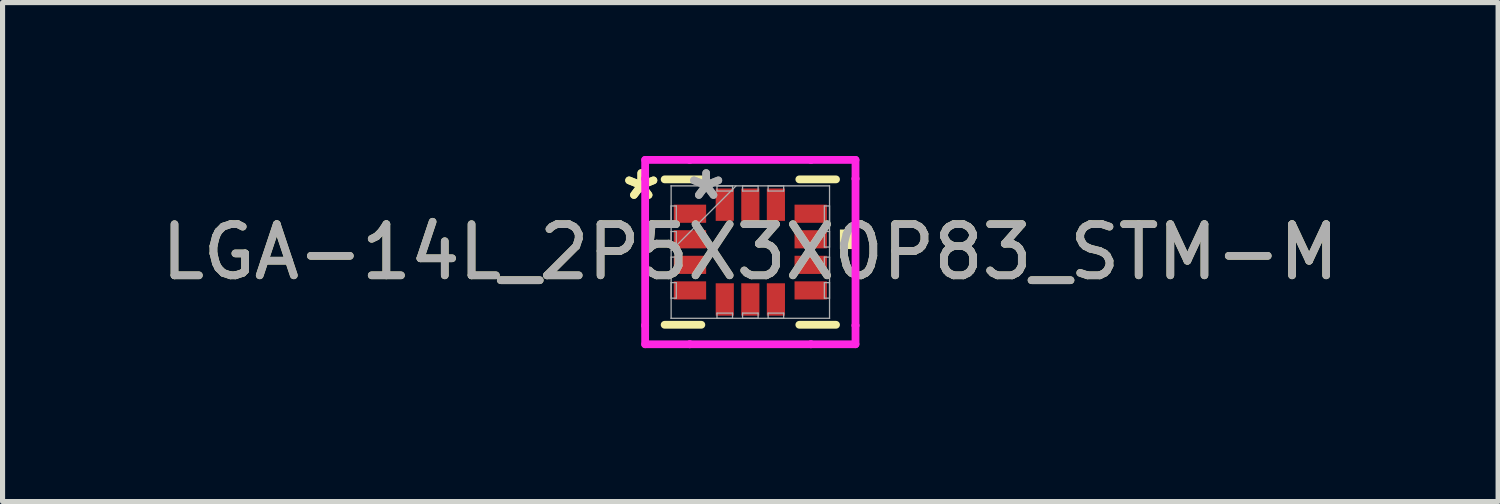
<source format=kicad_pcb>
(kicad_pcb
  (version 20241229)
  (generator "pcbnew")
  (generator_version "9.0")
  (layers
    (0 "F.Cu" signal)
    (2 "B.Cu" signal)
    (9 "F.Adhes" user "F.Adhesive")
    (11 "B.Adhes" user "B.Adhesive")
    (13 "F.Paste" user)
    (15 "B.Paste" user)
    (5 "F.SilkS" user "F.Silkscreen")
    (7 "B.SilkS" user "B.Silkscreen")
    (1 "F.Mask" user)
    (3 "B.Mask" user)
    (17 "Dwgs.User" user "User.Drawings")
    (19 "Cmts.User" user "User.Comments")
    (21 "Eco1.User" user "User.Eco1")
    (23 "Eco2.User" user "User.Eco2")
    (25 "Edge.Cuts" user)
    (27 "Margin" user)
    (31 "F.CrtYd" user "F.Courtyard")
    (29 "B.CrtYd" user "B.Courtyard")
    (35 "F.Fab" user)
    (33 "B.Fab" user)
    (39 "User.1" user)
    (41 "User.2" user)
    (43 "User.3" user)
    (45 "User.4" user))
  (footprint "LGA-14L_2P5X3X0P83_STM-M"
    (layer "F.Cu")
    (at 11.625 1.88)
    (property "Reference" "LGA-14L_2P5X3X0P83_STM-M" (at 0 0 0) (unlocked yes) (layer "F.SilkS") (effects (font (size 1 1) (thickness 0.15))))
    (attr smd)
    (fp_line (start -1.676 1.422) (end -0.958 1.422) (stroke (width 0.152) (type solid)) (layer "F.SilkS"))
    (fp_line (start -0.958 -1.422) (end -1.676 -1.422) (stroke (width 0.152) (type solid)) (layer "F.SilkS"))
    (fp_line (start 0.958 1.422) (end 1.676 1.422) (stroke (width 0.152) (type solid)) (layer "F.SilkS"))
    (fp_line (start 1.676 -1.422) (end 0.958 -1.422) (stroke (width 0.152) (type solid)) (layer "F.SilkS"))
    (fp_poly (pts (xy 2.006 -0.441) (xy 2.006 -0.059) (xy 1.752 -0.059) (xy 1.752 -0.441)) (stroke (width 0) (type solid)) (fill yes) (layer "F.SilkS"))
    (fp_line (start -2.057 -1.803) (end -1.185 -1.803) (stroke (width 0.152) (type solid)) (layer "F.CrtYd"))
    (fp_line (start -2.057 -1.435) (end -2.057 -1.803) (stroke (width 0.152) (type solid)) (layer "F.CrtYd"))
    (fp_line (start -2.057 -1.435) (end -2.057 -1.435) (stroke (width 0.152) (type solid)) (layer "F.CrtYd"))
    (fp_line (start -2.057 1.435) (end -2.057 -1.435) (stroke (width 0.152) (type solid)) (layer "F.CrtYd"))
    (fp_line (start -2.057 1.435) (end -2.057 1.435) (stroke (width 0.152) (type solid)) (layer "F.CrtYd"))
    (fp_line (start -2.057 1.803) (end -2.057 1.435) (stroke (width 0.152) (type solid)) (layer "F.CrtYd"))
    (fp_line (start -1.185 -1.803) (end -1.185 -1.803) (stroke (width 0.152) (type solid)) (layer "F.CrtYd"))
    (fp_line (start -1.185 -1.803) (end 1.185 -1.803) (stroke (width 0.152) (type solid)) (layer "F.CrtYd"))
    (fp_line (start -1.185 1.803) (end -2.057 1.803) (stroke (width 0.152) (type solid)) (layer "F.CrtYd"))
    (fp_line (start -1.185 1.803) (end -1.185 1.803) (stroke (width 0.152) (type solid)) (layer "F.CrtYd"))
    (fp_line (start 1.185 -1.803) (end 1.185 -1.803) (stroke (width 0.152) (type solid)) (layer "F.CrtYd"))
    (fp_line (start 1.185 -1.803) (end 2.057 -1.803) (stroke (width 0.152) (type solid)) (layer "F.CrtYd"))
    (fp_line (start 1.185 1.803) (end -1.185 1.803) (stroke (width 0.152) (type solid)) (layer "F.CrtYd"))
    (fp_line (start 1.185 1.803) (end 1.185 1.803) (stroke (width 0.152) (type solid)) (layer "F.CrtYd"))
    (fp_line (start 2.057 -1.803) (end 2.057 -1.435) (stroke (width 0.152) (type solid)) (layer "F.CrtYd"))
    (fp_line (start 2.057 -1.435) (end 2.057 -1.435) (stroke (width 0.152) (type solid)) (layer "F.CrtYd"))
    (fp_line (start 2.057 -1.435) (end 2.057 1.435) (stroke (width 0.152) (type solid)) (layer "F.CrtYd"))
    (fp_line (start 2.057 1.435) (end 2.057 1.435) (stroke (width 0.152) (type solid)) (layer "F.CrtYd"))
    (fp_line (start 2.057 1.435) (end 2.057 1.803) (stroke (width 0.152) (type solid)) (layer "F.CrtYd"))
    (fp_line (start 2.057 1.803) (end 1.185 1.803) (stroke (width 0.152) (type solid)) (layer "F.CrtYd"))
    (fp_line (start -1.549 -1.295) (end -1.549 -1.295) (stroke (width 0.025) (type solid)) (layer "F.Fab"))
    (fp_line (start -1.549 -1.295) (end -1.549 1.295) (stroke (width 0.025) (type solid)) (layer "F.Fab"))
    (fp_line (start -1.549 -0.902) (end -1.448 -0.902) (stroke (width 0.025) (type solid)) (layer "F.Fab"))
    (fp_line (start -1.549 -0.598) (end -1.549 -0.902) (stroke (width 0.025) (type solid)) (layer "F.Fab"))
    (fp_line (start -1.549 -0.402) (end -1.448 -0.402) (stroke (width 0.025) (type solid)) (layer "F.Fab"))
    (fp_line (start -1.549 -0.098) (end -1.549 -0.402) (stroke (width 0.025) (type solid)) (layer "F.Fab"))
    (fp_line (start -1.549 -0.025) (end -0.279 -1.295) (stroke (width 0.025) (type solid)) (layer "F.Fab"))
    (fp_line (start -1.549 0.098) (end -1.448 0.098) (stroke (width 0.025) (type solid)) (layer "F.Fab"))
    (fp_line (start -1.549 0.402) (end -1.549 0.098) (stroke (width 0.025) (type solid)) (layer "F.Fab"))
    (fp_line (start -1.549 0.598) (end -1.448 0.598) (stroke (width 0.025) (type solid)) (layer "F.Fab"))
    (fp_line (start -1.549 0.902) (end -1.549 0.598) (stroke (width 0.025) (type solid)) (layer "F.Fab"))
    (fp_line (start -1.549 1.295) (end -1.549 1.295) (stroke (width 0.025) (type solid)) (layer "F.Fab"))
    (fp_line (start -1.549 1.295) (end 1.549 1.295) (stroke (width 0.025) (type solid)) (layer "F.Fab"))
    (fp_line (start -1.448 -0.902) (end -1.448 -0.598) (stroke (width 0.025) (type solid)) (layer "F.Fab"))
    (fp_line (start -1.448 -0.598) (end -1.549 -0.598) (stroke (width 0.025) (type solid)) (layer "F.Fab"))
    (fp_line (start -1.448 -0.402) (end -1.448 -0.098) (stroke (width 0.025) (type solid)) (layer "F.Fab"))
    (fp_line (start -1.448 -0.098) (end -1.549 -0.098) (stroke (width 0.025) (type solid)) (layer "F.Fab"))
    (fp_line (start -1.448 0.098) (end -1.448 0.402) (stroke (width 0.025) (type solid)) (layer "F.Fab"))
    (fp_line (start -1.448 0.402) (end -1.549 0.402) (stroke (width 0.025) (type solid)) (layer "F.Fab"))
    (fp_line (start -1.448 0.598) (end -1.448 0.902) (stroke (width 0.025) (type solid)) (layer "F.Fab"))
    (fp_line (start -1.448 0.902) (end -1.549 0.902) (stroke (width 0.025) (type solid)) (layer "F.Fab"))
    (fp_line (start -0.652 -1.295) (end -0.348 -1.295) (stroke (width 0.025) (type solid)) (layer "F.Fab"))
    (fp_line (start -0.652 -1.194) (end -0.652 -1.295) (stroke (width 0.025) (type solid)) (layer "F.Fab"))
    (fp_line (start -0.652 1.194) (end -0.348 1.194) (stroke (width 0.025) (type solid)) (layer "F.Fab"))
    (fp_line (start -0.652 1.295) (end -0.652 1.194) (stroke (width 0.025) (type solid)) (layer "F.Fab"))
    (fp_line (start -0.348 -1.295) (end -0.348 -1.194) (stroke (width 0.025) (type solid)) (layer "F.Fab"))
    (fp_line (start -0.348 -1.194) (end -0.652 -1.194) (stroke (width 0.025) (type solid)) (layer "F.Fab"))
    (fp_line (start -0.348 1.194) (end -0.348 1.295) (stroke (width 0.025) (type solid)) (layer "F.Fab"))
    (fp_line (start -0.348 1.295) (end -0.652 1.295) (stroke (width 0.025) (type solid)) (layer "F.Fab"))
    (fp_line (start -0.152 -1.295) (end 0.152 -1.295) (stroke (width 0.025) (type solid)) (layer "F.Fab"))
    (fp_line (start -0.152 -1.194) (end -0.152 -1.295) (stroke (width 0.025) (type solid)) (layer "F.Fab"))
    (fp_line (start -0.152 1.194) (end 0.152 1.194) (stroke (width 0.025) (type solid)) (layer "F.Fab"))
    (fp_line (start -0.152 1.295) (end -0.152 1.194) (stroke (width 0.025) (type solid)) (layer "F.Fab"))
    (fp_line (start 0.152 -1.295) (end 0.152 -1.194) (stroke (width 0.025) (type solid)) (layer "F.Fab"))
    (fp_line (start 0.152 -1.194) (end -0.152 -1.194) (stroke (width 0.025) (type solid)) (layer "F.Fab"))
    (fp_line (start 0.152 1.194) (end 0.152 1.295) (stroke (width 0.025) (type solid)) (layer "F.Fab"))
    (fp_line (start 0.152 1.295) (end -0.152 1.295) (stroke (width 0.025) (type solid)) (layer "F.Fab"))
    (fp_line (start 0.348 -1.295) (end 0.652 -1.295) (stroke (width 0.025) (type solid)) (layer "F.Fab"))
    (fp_line (start 0.348 -1.194) (end 0.348 -1.295) (stroke (width 0.025) (type solid)) (layer "F.Fab"))
    (fp_line (start 0.348 1.194) (end 0.652 1.194) (stroke (width 0.025) (type solid)) (layer "F.Fab"))
    (fp_line (start 0.348 1.295) (end 0.348 1.194) (stroke (width 0.025) (type solid)) (layer "F.Fab"))
    (fp_line (start 0.652 -1.295) (end 0.652 -1.194) (stroke (width 0.025) (type solid)) (layer "F.Fab"))
    (fp_line (start 0.652 -1.194) (end 0.348 -1.194) (stroke (width 0.025) (type solid)) (layer "F.Fab"))
    (fp_line (start 0.652 1.194) (end 0.652 1.295) (stroke (width 0.025) (type solid)) (layer "F.Fab"))
    (fp_line (start 0.652 1.295) (end 0.348 1.295) (stroke (width 0.025) (type solid)) (layer "F.Fab"))
    (fp_line (start 1.448 -0.902) (end 1.549 -0.902) (stroke (width 0.025) (type solid)) (layer "F.Fab"))
    (fp_line (start 1.448 -0.598) (end 1.448 -0.902) (stroke (width 0.025) (type solid)) (layer "F.Fab"))
    (fp_line (start 1.448 -0.402) (end 1.549 -0.402) (stroke (width 0.025) (type solid)) (layer "F.Fab"))
    (fp_line (start 1.448 -0.098) (end 1.448 -0.402) (stroke (width 0.025) (type solid)) (layer "F.Fab"))
    (fp_line (start 1.448 0.098) (end 1.549 0.098) (stroke (width 0.025) (type solid)) (layer "F.Fab"))
    (fp_line (start 1.448 0.402) (end 1.448 0.098) (stroke (width 0.025) (type solid)) (layer "F.Fab"))
    (fp_line (start 1.448 0.598) (end 1.549 0.598) (stroke (width 0.025) (type solid)) (layer "F.Fab"))
    (fp_line (start 1.448 0.902) (end 1.448 0.598) (stroke (width 0.025) (type solid)) (layer "F.Fab"))
    (fp_line (start 1.549 -1.295) (end -1.549 -1.295) (stroke (width 0.025) (type solid)) (layer "F.Fab"))
    (fp_line (start 1.549 -1.295) (end 1.549 -1.295) (stroke (width 0.025) (type solid)) (layer "F.Fab"))
    (fp_line (start 1.549 -0.902) (end 1.549 -0.598) (stroke (width 0.025) (type solid)) (layer "F.Fab"))
    (fp_line (start 1.549 -0.598) (end 1.448 -0.598) (stroke (width 0.025) (type solid)) (layer "F.Fab"))
    (fp_line (start 1.549 -0.402) (end 1.549 -0.098) (stroke (width 0.025) (type solid)) (layer "F.Fab"))
    (fp_line (start 1.549 -0.098) (end 1.448 -0.098) (stroke (width 0.025) (type solid)) (layer "F.Fab"))
    (fp_line (start 1.549 0.098) (end 1.549 0.402) (stroke (width 0.025) (type solid)) (layer "F.Fab"))
    (fp_line (start 1.549 0.402) (end 1.448 0.402) (stroke (width 0.025) (type solid)) (layer "F.Fab"))
    (fp_line (start 1.549 0.598) (end 1.549 0.902) (stroke (width 0.025) (type solid)) (layer "F.Fab"))
    (fp_line (start 1.549 0.902) (end 1.448 0.902) (stroke (width 0.025) (type solid)) (layer "F.Fab"))
    (fp_line (start 1.549 1.295) (end 1.549 -1.295) (stroke (width 0.025) (type solid)) (layer "F.Fab"))
    (fp_line (start 1.549 1.295) (end 1.549 1.295) (stroke (width 0.025) (type solid)) (layer "F.Fab"))
    (fp_text user "*" (at -2.133 -1 0) (layer "F.SilkS") (effects (font (size 1 1) (thickness 0.15))))
    (fp_text user "*" (at -2.133 -1 0) (unlocked yes) (layer "F.SilkS") (effects (font (size 1 1) (thickness 0.15))))
    (fp_text user "*" (at -0.864 -1 0) (unlocked yes) (layer "F.Fab") (effects (font (size 1 1) (thickness 0.15))))
    (fp_text user "*" (at -0.864 -1 0) (layer "F.Fab") (effects (font (size 1 1) (thickness 0.15))))
    (fp_text user "${REFERENCE}" (at 0 0 0) (unlocked yes) (layer "F.Fab") (effects (font (size 1 1) (thickness 0.15))))
    (pad "1" smd rect (at -1.181 -0.75 90) (size 0.355 0.633) (layers "F.Cu" "F.Mask" "F.Paste"))
    (pad "2" smd rect (at -1.181 -0.25 90) (size 0.355 0.633) (layers "F.Cu" "F.Mask" "F.Paste"))
    (pad "3" smd rect (at -1.181 0.25 90) (size 0.355 0.633) (layers "F.Cu" "F.Mask" "F.Paste"))
    (pad "4" smd rect (at -1.181 0.75 90) (size 0.355 0.633) (layers "F.Cu" "F.Mask" "F.Paste"))
    (pad "5" smd rect (at -0.5 0.927) (size 0.355 0.633) (layers "F.Cu" "F.Mask" "F.Paste"))
    (pad "6" smd rect (at 0 0.927) (size 0.355 0.633) (layers "F.Cu" "F.Mask" "F.Paste"))
    (pad "7" smd rect (at 0.5 0.927) (size 0.355 0.633) (layers "F.Cu" "F.Mask" "F.Paste"))
    (pad "8" smd rect (at 1.181 0.75 90) (size 0.355 0.633) (layers "F.Cu" "F.Mask" "F.Paste"))
    (pad "9" smd rect (at 1.181 0.25 90) (size 0.355 0.633) (layers "F.Cu" "F.Mask" "F.Paste"))
    (pad "10" smd rect (at 1.181 -0.25 90) (size 0.355 0.633) (layers "F.Cu" "F.Mask" "F.Paste"))
    (pad "11" smd rect (at 1.181 -0.75 90) (size 0.355 0.633) (layers "F.Cu" "F.Mask" "F.Paste"))
    (pad "12" smd rect (at 0.5 -0.927) (size 0.355 0.633) (layers "F.Cu" "F.Mask" "F.Paste"))
    (pad "13" smd rect (at 0 -0.927) (size 0.355 0.633) (layers "F.Cu" "F.Mask" "F.Paste"))
    (pad "14" smd rect (at -0.5 -0.927) (size 0.355 0.633) (layers "F.Cu" "F.Mask" "F.Paste")))
  (gr_rect
    (start -3 -3)
    (end 26.25 6.759)
    (stroke (width 0.1) (type default))
    (fill no)
    (layer "Edge.Cuts")))
</source>
